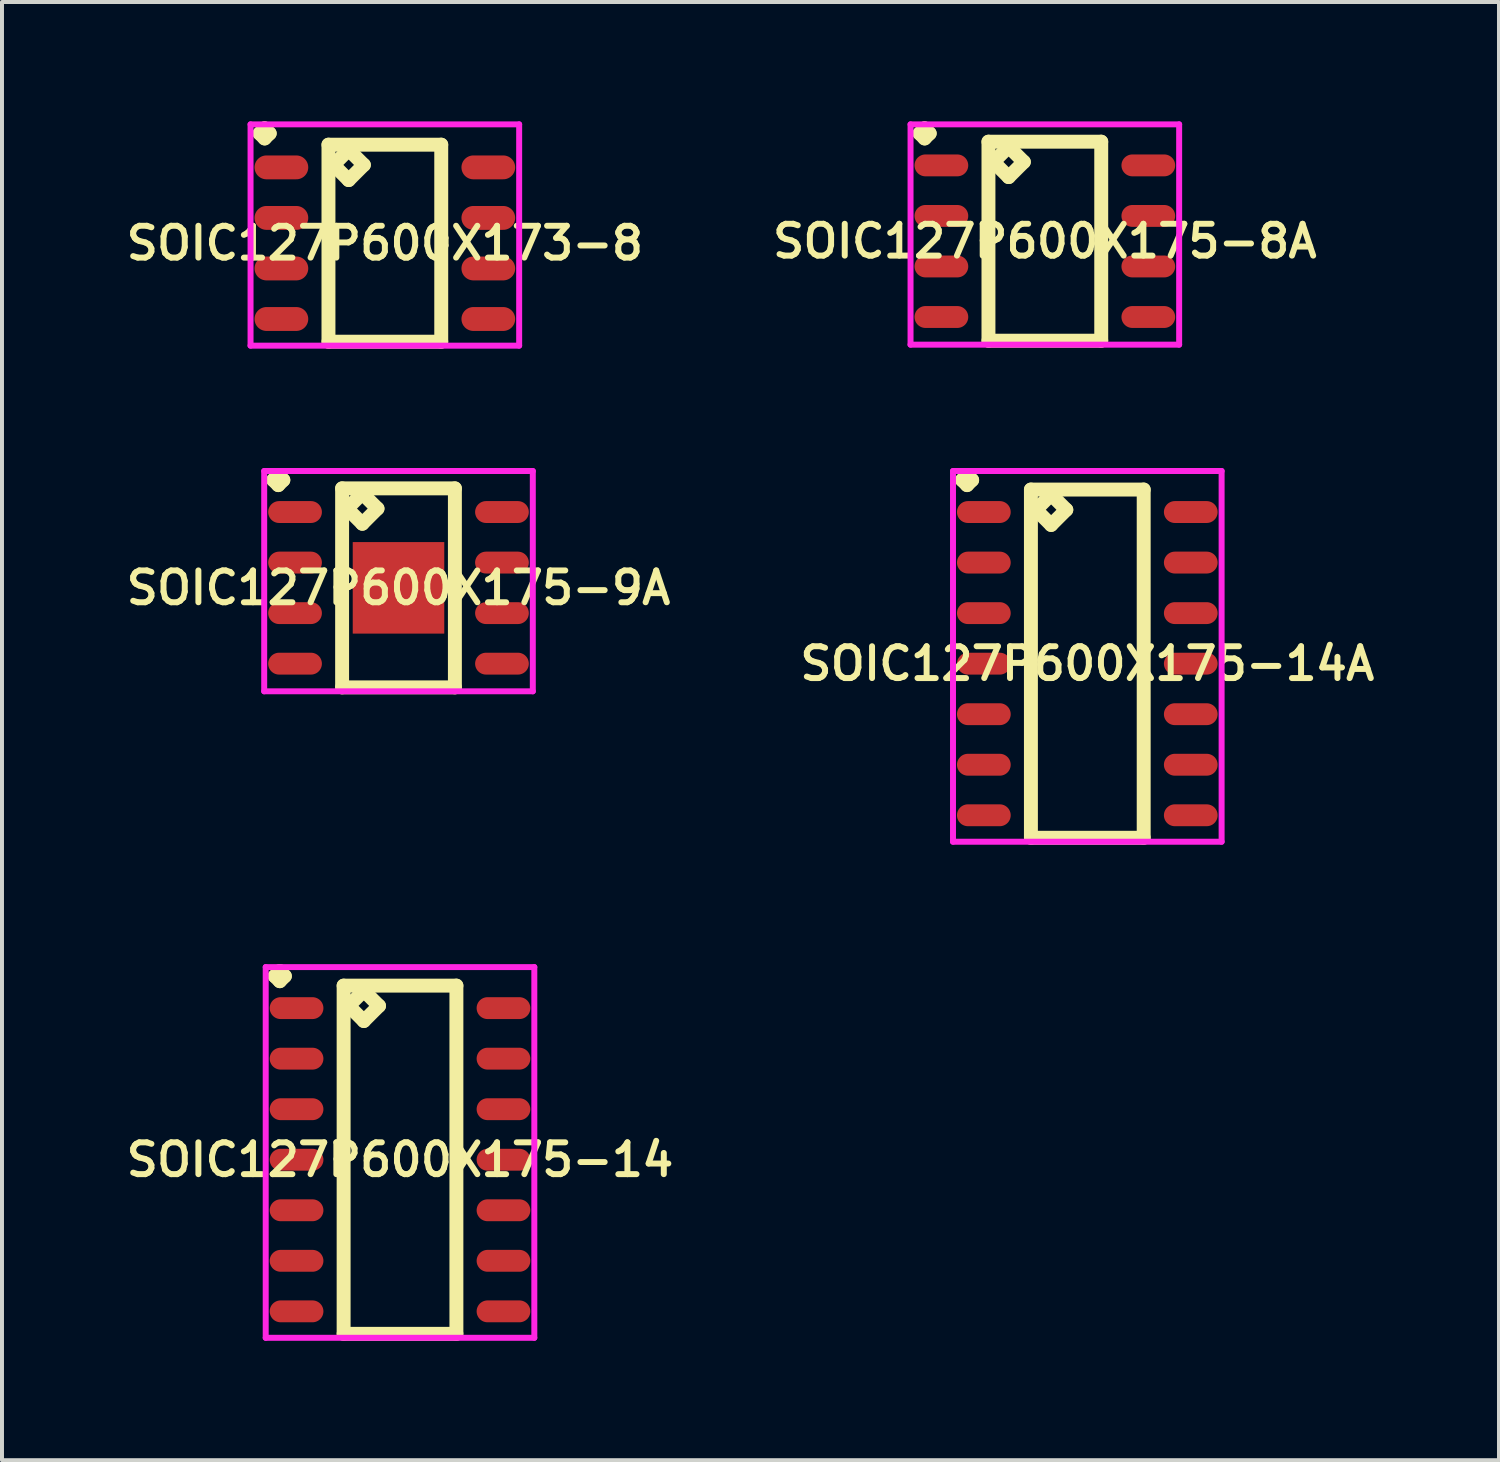
<source format=kicad_pcb>
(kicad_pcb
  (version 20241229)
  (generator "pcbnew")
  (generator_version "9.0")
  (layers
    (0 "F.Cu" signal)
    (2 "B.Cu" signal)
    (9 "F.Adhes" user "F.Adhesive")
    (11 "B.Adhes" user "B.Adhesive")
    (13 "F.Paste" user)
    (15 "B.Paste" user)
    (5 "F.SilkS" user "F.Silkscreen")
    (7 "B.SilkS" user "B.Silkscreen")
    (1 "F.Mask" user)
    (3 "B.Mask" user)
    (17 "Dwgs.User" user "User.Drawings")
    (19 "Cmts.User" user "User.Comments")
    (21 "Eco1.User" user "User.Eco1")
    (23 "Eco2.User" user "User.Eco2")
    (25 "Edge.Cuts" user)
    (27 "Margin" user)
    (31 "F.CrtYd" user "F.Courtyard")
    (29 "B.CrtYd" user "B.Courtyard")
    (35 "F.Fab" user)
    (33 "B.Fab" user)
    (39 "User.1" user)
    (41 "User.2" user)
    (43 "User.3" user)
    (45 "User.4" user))
  (footprint "SOIC127P600X173-8"
    (layer "F.Cu")
    (at 6.621 3.061)
    (property "Reference" "SOIC127P600X173-8" (at 0 0 0) (layer "F.SilkS") (effects (font (size 0.8 0.8) (thickness 0.15))))
    (attr smd)
    (fp_line (start -3.148 -2.759) (end -3.021 -2.886) (stroke (width 0.35) (type solid)) (layer "F.SilkS"))
    (fp_line (start -3.021 -2.886) (end -2.894 -2.759) (stroke (width 0.35) (type solid)) (layer "F.SilkS"))
    (fp_line (start -3.021 -2.632) (end -3.148 -2.759) (stroke (width 0.35) (type solid)) (layer "F.SilkS"))
    (fp_line (start -2.894 -2.759) (end -3.021 -2.632) (stroke (width 0.35) (type solid)) (layer "F.SilkS"))
    (fp_line (start -1.417 -2.475) (end -1.417 2.475) (stroke (width 0.35) (type solid)) (layer "F.SilkS"))
    (fp_line (start -1.417 2.475) (end 1.417 2.475) (stroke (width 0.35) (type solid)) (layer "F.SilkS"))
    (fp_line (start -1.29 -1.967) (end -0.909 -2.348) (stroke (width 0.35) (type solid)) (layer "F.SilkS"))
    (fp_line (start -0.909 -2.348) (end -0.528 -1.967) (stroke (width 0.35) (type solid)) (layer "F.SilkS"))
    (fp_line (start -0.909 -1.586) (end -1.29 -1.967) (stroke (width 0.35) (type solid)) (layer "F.SilkS"))
    (fp_line (start -0.528 -1.967) (end -0.909 -1.586) (stroke (width 0.35) (type solid)) (layer "F.SilkS"))
    (fp_line (start 1.417 -2.475) (end -1.417 -2.475) (stroke (width 0.35) (type solid)) (layer "F.SilkS"))
    (fp_line (start 1.417 2.475) (end 1.417 -2.475) (stroke (width 0.35) (type solid)) (layer "F.SilkS"))
    (fp_line (start -3.375 -2.986) (end 3.375 -2.986) (stroke (width 0.15) (type solid)) (layer "F.CrtYd"))
    (fp_line (start -3.375 2.575) (end -3.375 -2.986) (stroke (width 0.15) (type solid)) (layer "F.CrtYd"))
    (fp_line (start 3.375 -2.986) (end 3.375 2.575) (stroke (width 0.15) (type solid)) (layer "F.CrtYd"))
    (fp_line (start 3.375 2.575) (end -3.375 2.575) (stroke (width 0.15) (type solid)) (layer "F.CrtYd"))
    (pad "1" smd oval (at -2.6 -1.905) (size 1.35 0.6) (layers "F.Cu" "F.Mask" "F.Paste"))
    (pad "2" smd oval (at -2.6 -0.635) (size 1.35 0.6) (layers "F.Cu" "F.Mask" "F.Paste"))
    (pad "3" smd oval (at -2.6 0.635) (size 1.35 0.6) (layers "F.Cu" "F.Mask" "F.Paste"))
    (pad "4" smd oval (at -2.6 1.905) (size 1.35 0.6) (layers "F.Cu" "F.Mask" "F.Paste"))
    (pad "5" smd oval (at 2.6 1.905) (size 1.35 0.6) (layers "F.Cu" "F.Mask" "F.Paste"))
    (pad "6" smd oval (at 2.6 0.635) (size 1.35 0.6) (layers "F.Cu" "F.Mask" "F.Paste"))
    (pad "7" smd oval (at 2.6 -0.635) (size 1.35 0.6) (layers "F.Cu" "F.Mask" "F.Paste"))
    (pad "8" smd oval (at 2.6 -1.905) (size 1.35 0.6) (layers "F.Cu" "F.Mask" "F.Paste")))
  (footprint "SOIC127P600X175-8A"
    (layer "F.Cu")
    (at 23.206 3.011)
    (property "Reference" "SOIC127P600X175-8A" (at 0 0 0) (layer "F.SilkS") (effects (font (size 0.8 0.8) (thickness 0.15))))
    (attr smd)
    (fp_line (start -3.148 -2.709) (end -3.021 -2.836) (stroke (width 0.35) (type solid)) (layer "F.SilkS"))
    (fp_line (start -3.021 -2.836) (end -2.894 -2.709) (stroke (width 0.35) (type solid)) (layer "F.SilkS"))
    (fp_line (start -3.021 -2.582) (end -3.148 -2.709) (stroke (width 0.35) (type solid)) (layer "F.SilkS"))
    (fp_line (start -2.894 -2.709) (end -3.021 -2.582) (stroke (width 0.35) (type solid)) (layer "F.SilkS"))
    (fp_line (start -1.417 -2.5) (end -1.417 2.5) (stroke (width 0.35) (type solid)) (layer "F.SilkS"))
    (fp_line (start -1.417 2.5) (end 1.417 2.5) (stroke (width 0.35) (type solid)) (layer "F.SilkS"))
    (fp_line (start -1.29 -1.992) (end -0.909 -2.373) (stroke (width 0.35) (type solid)) (layer "F.SilkS"))
    (fp_line (start -0.909 -2.373) (end -0.528 -1.992) (stroke (width 0.35) (type solid)) (layer "F.SilkS"))
    (fp_line (start -0.909 -1.611) (end -1.29 -1.992) (stroke (width 0.35) (type solid)) (layer "F.SilkS"))
    (fp_line (start -0.528 -1.992) (end -0.909 -1.611) (stroke (width 0.35) (type solid)) (layer "F.SilkS"))
    (fp_line (start 1.417 -2.5) (end -1.417 -2.5) (stroke (width 0.35) (type solid)) (layer "F.SilkS"))
    (fp_line (start 1.417 2.5) (end 1.417 -2.5) (stroke (width 0.35) (type solid)) (layer "F.SilkS"))
    (fp_line (start -3.375 -2.936) (end 3.375 -2.936) (stroke (width 0.15) (type solid)) (layer "F.CrtYd"))
    (fp_line (start -3.375 2.6) (end -3.375 -2.936) (stroke (width 0.15) (type solid)) (layer "F.CrtYd"))
    (fp_line (start 3.375 -2.936) (end 3.375 2.6) (stroke (width 0.15) (type solid)) (layer "F.CrtYd"))
    (fp_line (start 3.375 2.6) (end -3.375 2.6) (stroke (width 0.15) (type solid)) (layer "F.CrtYd"))
    (pad "1" smd oval (at -2.6 -1.905) (size 1.35 0.55) (layers "F.Cu" "F.Mask" "F.Paste"))
    (pad "2" smd oval (at -2.6 -0.635) (size 1.35 0.55) (layers "F.Cu" "F.Mask" "F.Paste"))
    (pad "3" smd oval (at -2.6 0.635) (size 1.35 0.55) (layers "F.Cu" "F.Mask" "F.Paste"))
    (pad "4" smd oval (at -2.6 1.905) (size 1.35 0.55) (layers "F.Cu" "F.Mask" "F.Paste"))
    (pad "5" smd oval (at 2.6 1.905) (size 1.35 0.55) (layers "F.Cu" "F.Mask" "F.Paste"))
    (pad "6" smd oval (at 2.6 0.635) (size 1.35 0.55) (layers "F.Cu" "F.Mask" "F.Paste"))
    (pad "7" smd oval (at 2.6 -0.635) (size 1.35 0.55) (layers "F.Cu" "F.Mask" "F.Paste"))
    (pad "8" smd oval (at 2.6 -1.905) (size 1.35 0.55) (layers "F.Cu" "F.Mask" "F.Paste")))
  (footprint "SOIC127P600X175-9A"
    (layer "F.Cu")
    (at 6.964 11.722)
    (property "Reference" "SOIC127P600X175-9A" (at 0 0 0) (layer "F.SilkS") (effects (font (size 0.8 0.8) (thickness 0.15))))
    (attr smd)
    (fp_line (start -3.148 -2.709) (end -3.021 -2.836) (stroke (width 0.35) (type solid)) (layer "F.SilkS"))
    (fp_line (start -3.021 -2.836) (end -2.894 -2.709) (stroke (width 0.35) (type solid)) (layer "F.SilkS"))
    (fp_line (start -3.021 -2.582) (end -3.148 -2.709) (stroke (width 0.35) (type solid)) (layer "F.SilkS"))
    (fp_line (start -2.894 -2.709) (end -3.021 -2.582) (stroke (width 0.35) (type solid)) (layer "F.SilkS"))
    (fp_line (start -1.417 -2.5) (end -1.417 2.5) (stroke (width 0.35) (type solid)) (layer "F.SilkS"))
    (fp_line (start -1.417 2.5) (end 1.417 2.5) (stroke (width 0.35) (type solid)) (layer "F.SilkS"))
    (fp_line (start -1.29 -1.992) (end -0.909 -2.373) (stroke (width 0.35) (type solid)) (layer "F.SilkS"))
    (fp_line (start -0.909 -2.373) (end -0.528 -1.992) (stroke (width 0.35) (type solid)) (layer "F.SilkS"))
    (fp_line (start -0.909 -1.611) (end -1.29 -1.992) (stroke (width 0.35) (type solid)) (layer "F.SilkS"))
    (fp_line (start -0.528 -1.992) (end -0.909 -1.611) (stroke (width 0.35) (type solid)) (layer "F.SilkS"))
    (fp_line (start 1.417 -2.5) (end -1.417 -2.5) (stroke (width 0.35) (type solid)) (layer "F.SilkS"))
    (fp_line (start 1.417 2.5) (end 1.417 -2.5) (stroke (width 0.35) (type solid)) (layer "F.SilkS"))
    (fp_line (start -3.375 -2.936) (end 3.375 -2.936) (stroke (width 0.15) (type solid)) (layer "F.CrtYd"))
    (fp_line (start -3.375 2.6) (end -3.375 -2.936) (stroke (width 0.15) (type solid)) (layer "F.CrtYd"))
    (fp_line (start 3.375 -2.936) (end 3.375 2.6) (stroke (width 0.15) (type solid)) (layer "F.CrtYd"))
    (fp_line (start 3.375 2.6) (end -3.375 2.6) (stroke (width 0.15) (type solid)) (layer "F.CrtYd"))
    (pad "1" smd oval (at -2.6 -1.905) (size 1.35 0.55) (layers "F.Cu" "F.Mask" "F.Paste"))
    (pad "2" smd oval (at -2.6 -0.635) (size 1.35 0.55) (layers "F.Cu" "F.Mask" "F.Paste"))
    (pad "3" smd oval (at -2.6 0.635) (size 1.35 0.55) (layers "F.Cu" "F.Mask" "F.Paste"))
    (pad "4" smd oval (at -2.6 1.905) (size 1.35 0.55) (layers "F.Cu" "F.Mask" "F.Paste"))
    (pad "5" smd oval (at 2.6 1.905) (size 1.35 0.55) (layers "F.Cu" "F.Mask" "F.Paste"))
    (pad "6" smd oval (at 2.6 0.635) (size 1.35 0.55) (layers "F.Cu" "F.Mask" "F.Paste"))
    (pad "7" smd oval (at 2.6 -0.635) (size 1.35 0.55) (layers "F.Cu" "F.Mask" "F.Paste"))
    (pad "8" smd oval (at 2.6 -1.905) (size 1.35 0.55) (layers "F.Cu" "F.Mask" "F.Paste"))
    (pad "9" smd rect (at 0 0) (size 2.3 2.3) (layers "F.Cu" "F.Mask" "F.Paste")))
  (footprint "SOIC127P600X175-14A"
    (layer "F.Cu")
    (at 24.273 13.627)
    (property "Reference" "SOIC127P600X175-14A" (at 0 0 0) (layer "F.SilkS") (effects (font (size 0.8 0.8) (thickness 0.15))))
    (attr smd)
    (fp_line (start -3.148 -4.614) (end -3.021 -4.741) (stroke (width 0.35) (type solid)) (layer "F.SilkS"))
    (fp_line (start -3.021 -4.741) (end -2.894 -4.614) (stroke (width 0.35) (type solid)) (layer "F.SilkS"))
    (fp_line (start -3.021 -4.487) (end -3.148 -4.614) (stroke (width 0.35) (type solid)) (layer "F.SilkS"))
    (fp_line (start -2.894 -4.614) (end -3.021 -4.487) (stroke (width 0.35) (type solid)) (layer "F.SilkS"))
    (fp_line (start -1.417 -4.375) (end -1.417 4.375) (stroke (width 0.35) (type solid)) (layer "F.SilkS"))
    (fp_line (start -1.417 4.375) (end 1.417 4.375) (stroke (width 0.35) (type solid)) (layer "F.SilkS"))
    (fp_line (start -1.29 -3.867) (end -0.909 -4.248) (stroke (width 0.35) (type solid)) (layer "F.SilkS"))
    (fp_line (start -0.909 -4.248) (end -0.528 -3.867) (stroke (width 0.35) (type solid)) (layer "F.SilkS"))
    (fp_line (start -0.909 -3.486) (end -1.29 -3.867) (stroke (width 0.35) (type solid)) (layer "F.SilkS"))
    (fp_line (start -0.528 -3.867) (end -0.909 -3.486) (stroke (width 0.35) (type solid)) (layer "F.SilkS"))
    (fp_line (start 1.417 -4.375) (end -1.417 -4.375) (stroke (width 0.35) (type solid)) (layer "F.SilkS"))
    (fp_line (start 1.417 4.375) (end 1.417 -4.375) (stroke (width 0.35) (type solid)) (layer "F.SilkS"))
    (fp_line (start -3.375 -4.841) (end 3.375 -4.841) (stroke (width 0.15) (type solid)) (layer "F.CrtYd"))
    (fp_line (start -3.375 4.475) (end -3.375 -4.841) (stroke (width 0.15) (type solid)) (layer "F.CrtYd"))
    (fp_line (start 3.375 -4.841) (end 3.375 4.475) (stroke (width 0.15) (type solid)) (layer "F.CrtYd"))
    (fp_line (start 3.375 4.475) (end -3.375 4.475) (stroke (width 0.15) (type solid)) (layer "F.CrtYd"))
    (pad "1" smd oval (at -2.6 -3.81) (size 1.35 0.55) (layers "F.Cu" "F.Mask" "F.Paste"))
    (pad "2" smd oval (at -2.6 -2.54) (size 1.35 0.55) (layers "F.Cu" "F.Mask" "F.Paste"))
    (pad "3" smd oval (at -2.6 -1.27) (size 1.35 0.55) (layers "F.Cu" "F.Mask" "F.Paste"))
    (pad "4" smd oval (at -2.6 0) (size 1.35 0.55) (layers "F.Cu" "F.Mask" "F.Paste"))
    (pad "5" smd oval (at -2.6 1.27) (size 1.35 0.55) (layers "F.Cu" "F.Mask" "F.Paste"))
    (pad "6" smd oval (at -2.6 2.54) (size 1.35 0.55) (layers "F.Cu" "F.Mask" "F.Paste"))
    (pad "7" smd oval (at -2.6 3.81) (size 1.35 0.55) (layers "F.Cu" "F.Mask" "F.Paste"))
    (pad "8" smd oval (at 2.6 3.81) (size 1.35 0.55) (layers "F.Cu" "F.Mask" "F.Paste"))
    (pad "9" smd oval (at 2.6 2.54) (size 1.35 0.55) (layers "F.Cu" "F.Mask" "F.Paste"))
    (pad "10" smd oval (at 2.6 1.27) (size 1.35 0.55) (layers "F.Cu" "F.Mask" "F.Paste"))
    (pad "11" smd oval (at 2.6 0) (size 1.35 0.55) (layers "F.Cu" "F.Mask" "F.Paste"))
    (pad "12" smd oval (at 2.6 -1.27) (size 1.35 0.55) (layers "F.Cu" "F.Mask" "F.Paste"))
    (pad "13" smd oval (at 2.6 -2.54) (size 1.35 0.55) (layers "F.Cu" "F.Mask" "F.Paste"))
    (pad "14" smd oval (at 2.6 -3.81) (size 1.35 0.55) (layers "F.Cu" "F.Mask" "F.Paste")))
  (footprint "SOIC127P600X175-14"
    (layer "F.Cu")
    (at 7.002 26.093)
    (property "Reference" "SOIC127P600X175-14" (at 0 0 0) (layer "F.SilkS") (effects (font (size 0.8 0.8) (thickness 0.15))))
    (attr smd)
    (fp_line (start -3.148 -4.614) (end -3.021 -4.741) (stroke (width 0.35) (type solid)) (layer "F.SilkS"))
    (fp_line (start -3.021 -4.741) (end -2.894 -4.614) (stroke (width 0.35) (type solid)) (layer "F.SilkS"))
    (fp_line (start -3.021 -4.487) (end -3.148 -4.614) (stroke (width 0.35) (type solid)) (layer "F.SilkS"))
    (fp_line (start -2.894 -4.614) (end -3.021 -4.487) (stroke (width 0.35) (type solid)) (layer "F.SilkS"))
    (fp_line (start -1.417 -4.375) (end -1.417 4.375) (stroke (width 0.35) (type solid)) (layer "F.SilkS"))
    (fp_line (start -1.417 4.375) (end 1.417 4.375) (stroke (width 0.35) (type solid)) (layer "F.SilkS"))
    (fp_line (start -1.29 -3.867) (end -0.909 -4.248) (stroke (width 0.35) (type solid)) (layer "F.SilkS"))
    (fp_line (start -0.909 -4.248) (end -0.528 -3.867) (stroke (width 0.35) (type solid)) (layer "F.SilkS"))
    (fp_line (start -0.909 -3.486) (end -1.29 -3.867) (stroke (width 0.35) (type solid)) (layer "F.SilkS"))
    (fp_line (start -0.528 -3.867) (end -0.909 -3.486) (stroke (width 0.35) (type solid)) (layer "F.SilkS"))
    (fp_line (start 1.417 -4.375) (end -1.417 -4.375) (stroke (width 0.35) (type solid)) (layer "F.SilkS"))
    (fp_line (start 1.417 4.375) (end 1.417 -4.375) (stroke (width 0.35) (type solid)) (layer "F.SilkS"))
    (fp_line (start -3.375 -4.841) (end 3.375 -4.841) (stroke (width 0.15) (type solid)) (layer "F.CrtYd"))
    (fp_line (start -3.375 4.475) (end -3.375 -4.841) (stroke (width 0.15) (type solid)) (layer "F.CrtYd"))
    (fp_line (start 3.375 -4.841) (end 3.375 4.475) (stroke (width 0.15) (type solid)) (layer "F.CrtYd"))
    (fp_line (start 3.375 4.475) (end -3.375 4.475) (stroke (width 0.15) (type solid)) (layer "F.CrtYd"))
    (pad "1" smd oval (at -2.6 -3.81) (size 1.35 0.55) (layers "F.Cu" "F.Mask" "F.Paste"))
    (pad "2" smd oval (at -2.6 -2.54) (size 1.35 0.55) (layers "F.Cu" "F.Mask" "F.Paste"))
    (pad "3" smd oval (at -2.6 -1.27) (size 1.35 0.55) (layers "F.Cu" "F.Mask" "F.Paste"))
    (pad "4" smd oval (at -2.6 0) (size 1.35 0.55) (layers "F.Cu" "F.Mask" "F.Paste"))
    (pad "5" smd oval (at -2.6 1.27) (size 1.35 0.55) (layers "F.Cu" "F.Mask" "F.Paste"))
    (pad "6" smd oval (at -2.6 2.54) (size 1.35 0.55) (layers "F.Cu" "F.Mask" "F.Paste"))
    (pad "7" smd oval (at -2.6 3.81) (size 1.35 0.55) (layers "F.Cu" "F.Mask" "F.Paste"))
    (pad "8" smd oval (at 2.6 3.81) (size 1.35 0.55) (layers "F.Cu" "F.Mask" "F.Paste"))
    (pad "9" smd oval (at 2.6 2.54) (size 1.35 0.55) (layers "F.Cu" "F.Mask" "F.Paste"))
    (pad "10" smd oval (at 2.6 1.27) (size 1.35 0.55) (layers "F.Cu" "F.Mask" "F.Paste"))
    (pad "11" smd oval (at 2.6 0) (size 1.35 0.55) (layers "F.Cu" "F.Mask" "F.Paste"))
    (pad "12" smd oval (at 2.6 -1.27) (size 1.35 0.55) (layers "F.Cu" "F.Mask" "F.Paste"))
    (pad "13" smd oval (at 2.6 -2.54) (size 1.35 0.55) (layers "F.Cu" "F.Mask" "F.Paste"))
    (pad "14" smd oval (at 2.6 -3.81) (size 1.35 0.55) (layers "F.Cu" "F.Mask" "F.Paste")))
  (gr_rect
    (start -3 -3)
    (end 34.618 33.643)
    (stroke (width 0.1) (type default))
    (fill no)
    (layer "Edge.Cuts")))
</source>
